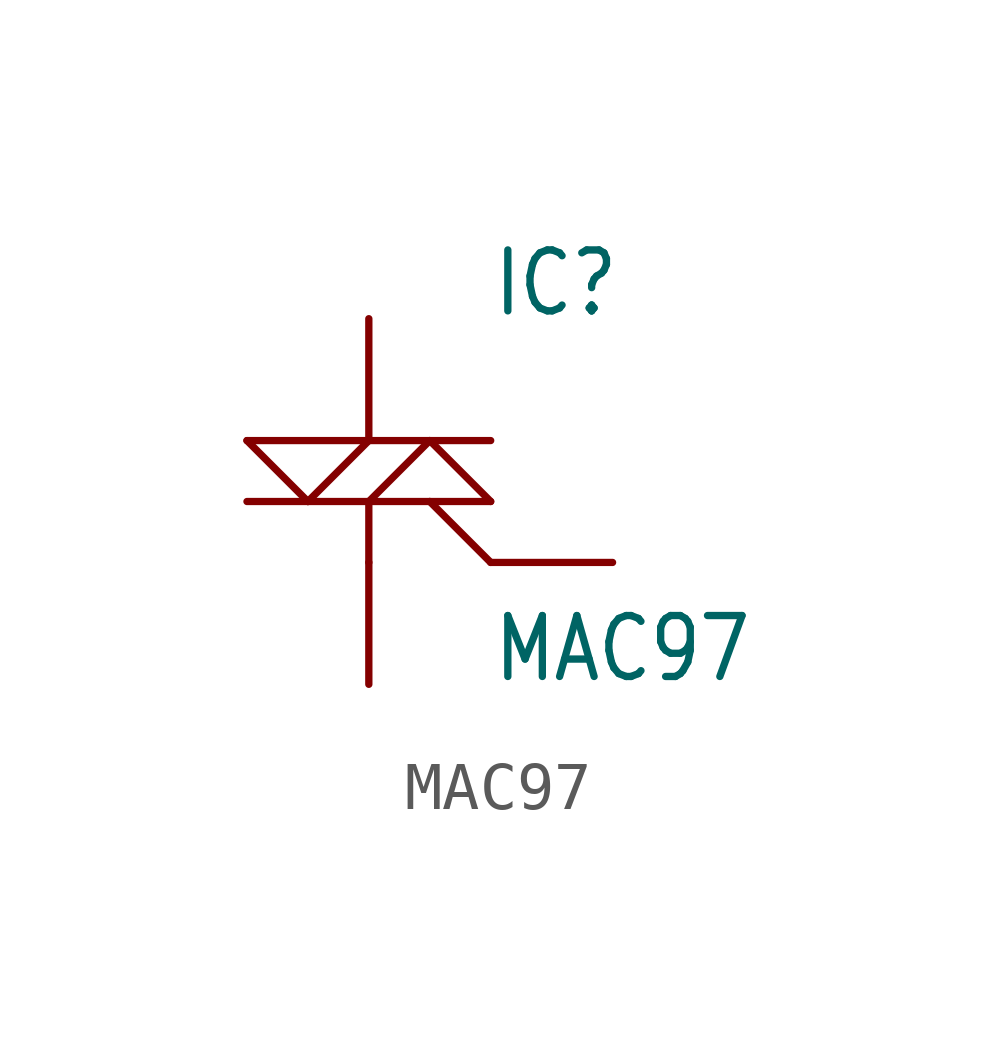
<source format=kicad_sym>
(kicad_symbol_lib
  (version 20211014)
  (generator kicad_symbol_editor)
  (symbol "MAC97"
    (property "Reference" "IC"
      (at 2.54 2.54 0)
      (effects (font (size 1.27 1.079)) (justify left bottom)))
    (property "Value" "MAC97"
      (at 2.54 -5.08 0)
      (effects (font (size 1.27 1.079)) (justify left bottom)))
    (property "ki_locked" ""
      (at 0 0 0)
      (effects (font (size 1.27 1.27))))
    (symbol "MAC97_1_0"
      (polyline (pts (xy -2.54 -1.27) (xy -1.27 -1.27)) (stroke (width 0.152) (type default) (color 0 0 0 0)) (fill (type none)))
      (polyline (pts (xy -2.54 0) (xy 0 0)) (stroke (width 0.152) (type default) (color 0 0 0 0)) (fill (type none)))
      (polyline (pts (xy -1.27 -1.27) (xy -2.54 0)) (stroke (width 0.152) (type default) (color 0 0 0 0)) (fill (type none)))
      (polyline (pts (xy -1.27 -1.27) (xy 0 -1.27)) (stroke (width 0.152) (type default) (color 0 0 0 0)) (fill (type none)))
      (polyline (pts (xy -1.27 -1.27) (xy 0 0)) (stroke (width 0.152) (type default) (color 0 0 0 0)) (fill (type none)))
      (polyline (pts (xy 0 -1.27) (xy 0 -2.54)) (stroke (width 0.152) (type default) (color 0 0 0 0)) (fill (type none)))
      (polyline (pts (xy 0 -1.27) (xy 1.27 -1.27)) (stroke (width 0.152) (type default) (color 0 0 0 0)) (fill (type none)))
      (polyline (pts (xy 0 -1.27) (xy 1.27 0)) (stroke (width 0.152) (type default) (color 0 0 0 0)) (fill (type none)))
      (polyline (pts (xy 0 0) (xy 1.27 0)) (stroke (width 0.152) (type default) (color 0 0 0 0)) (fill (type none)))
      (polyline (pts (xy 1.27 -1.27) (xy 2.54 -1.27)) (stroke (width 0.152) (type default) (color 0 0 0 0)) (fill (type none)))
      (polyline (pts (xy 1.27 0) (xy 2.54 -1.27)) (stroke (width 0.152) (type default) (color 0 0 0 0)) (fill (type none)))
      (polyline (pts (xy 1.27 0) (xy 2.54 0)) (stroke (width 0.152) (type default) (color 0 0 0 0)) (fill (type none)))
      (polyline (pts (xy 2.54 -2.54) (xy 1.27 -1.27)) (stroke (width 0.152) (type default) (color 0 0 0 0)) (fill (type none)))
      (pin bidirectional line (at 0 -5.08 90) (length 2.54) (name "M1" (effects (font (size 0 0)))) (number "1" (effects (font (size 0 0)))))
      (pin bidirectional line (at 5.08 -2.54 180) (length 2.54) (name "G" (effects (font (size 0 0)))) (number "2" (effects (font (size 0 0)))))
      (pin bidirectional line (at 0 2.54 270) (length 2.54) (name "M2" (effects (font (size 0 0)))) (number "3" (effects (font (size 0 0))))))))
</source>
